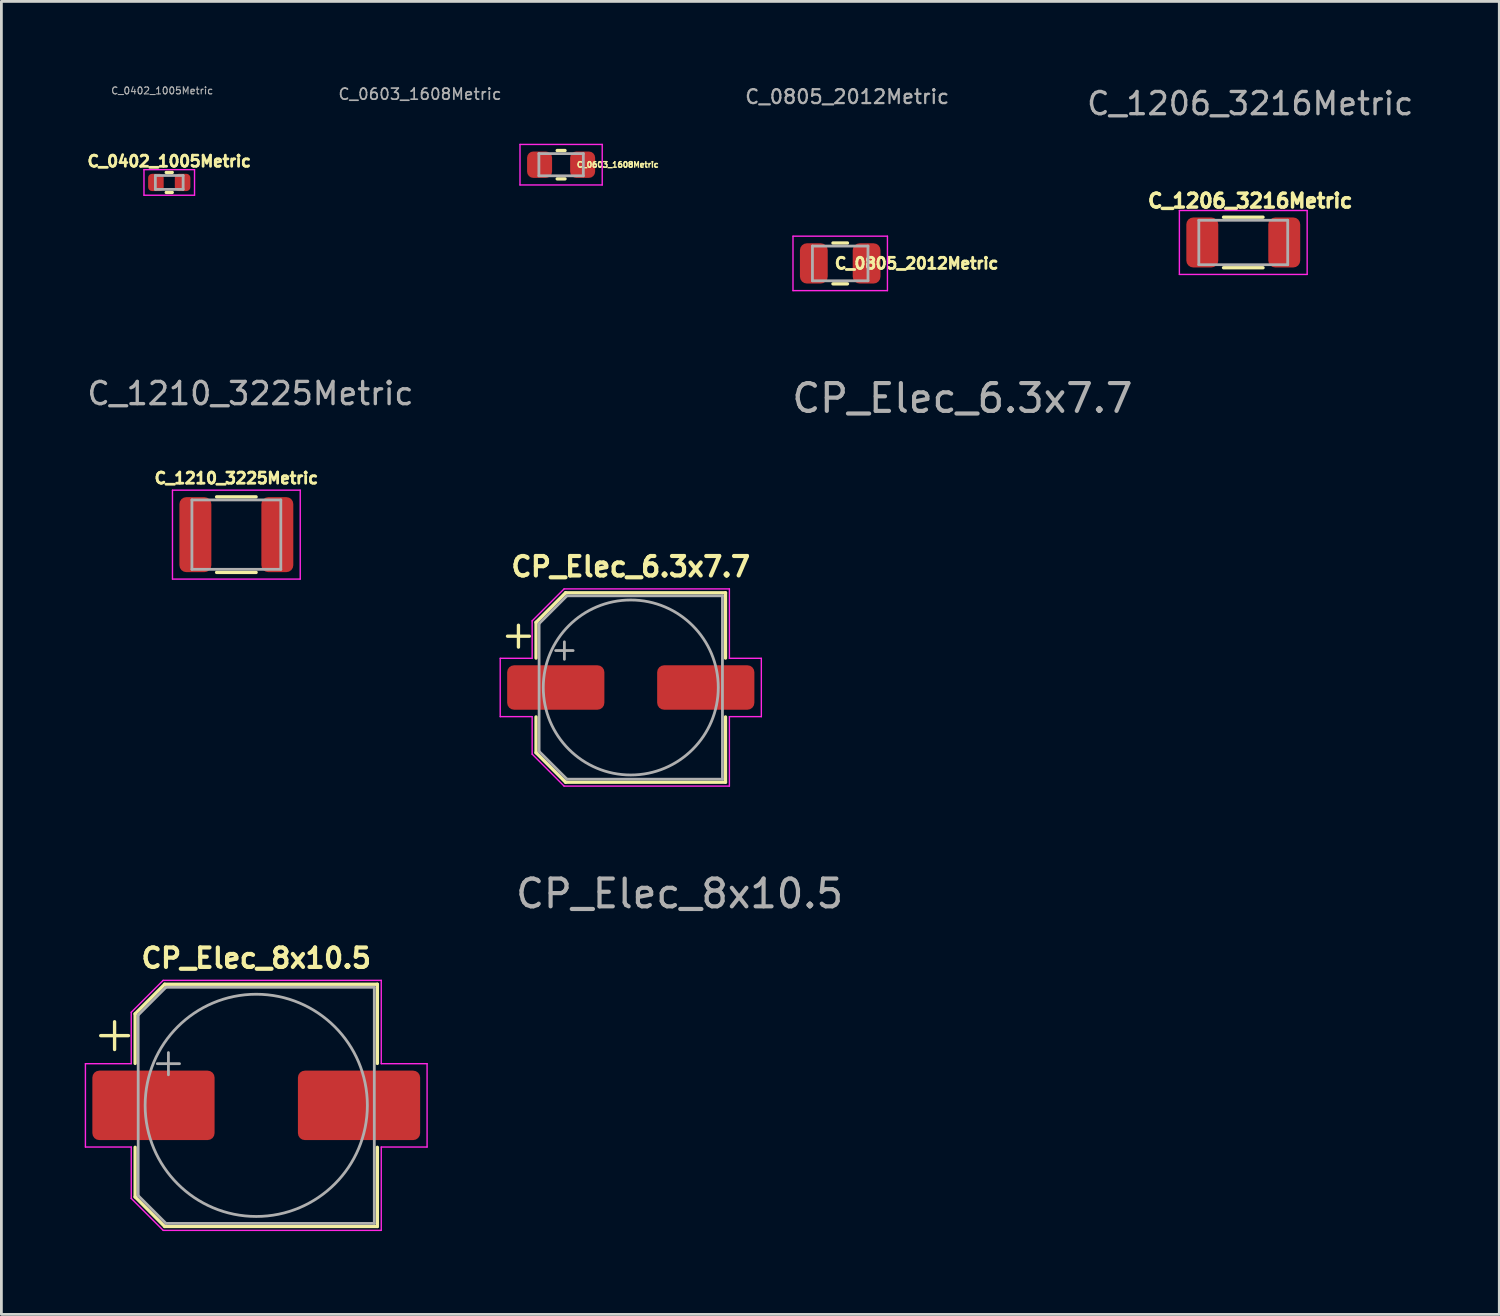
<source format=kicad_pcb>
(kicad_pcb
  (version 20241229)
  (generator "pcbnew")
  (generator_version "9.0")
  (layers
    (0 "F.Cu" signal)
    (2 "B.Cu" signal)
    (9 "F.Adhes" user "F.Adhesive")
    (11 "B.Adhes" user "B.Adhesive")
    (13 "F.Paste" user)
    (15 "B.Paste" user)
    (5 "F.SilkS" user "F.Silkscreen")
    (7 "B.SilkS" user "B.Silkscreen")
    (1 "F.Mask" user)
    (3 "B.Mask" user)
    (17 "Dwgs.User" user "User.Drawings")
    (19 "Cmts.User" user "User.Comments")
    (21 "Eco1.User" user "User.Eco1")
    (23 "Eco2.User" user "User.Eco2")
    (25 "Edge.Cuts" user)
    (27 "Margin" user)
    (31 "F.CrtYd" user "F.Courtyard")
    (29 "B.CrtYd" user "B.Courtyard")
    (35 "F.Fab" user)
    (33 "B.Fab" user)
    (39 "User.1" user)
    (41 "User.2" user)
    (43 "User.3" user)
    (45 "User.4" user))
  (footprint "C_0805_2012Metric"
    (layer "F.Cu")
    (at 27.198 6.433)
    (property "Reference" "C_0805_2012Metric" (at 2.75 0 0) (layer "F.SilkS") (effects (font (size 0.4 0.4) (thickness 0.1))))
    (attr smd)
    (fp_line (start -0.261 -0.735) (end 0.261 -0.735) (stroke (width 0.12) (type solid)) (layer "F.SilkS"))
    (fp_line (start -0.261 0.735) (end 0.261 0.735) (stroke (width 0.12) (type solid)) (layer "F.SilkS"))
    (fp_line (start -1.7 -0.98) (end 1.7 -0.98) (stroke (width 0.05) (type solid)) (layer "F.CrtYd"))
    (fp_line (start -1.7 0.98) (end -1.7 -0.98) (stroke (width 0.05) (type solid)) (layer "F.CrtYd"))
    (fp_line (start 1.7 -0.98) (end 1.7 0.98) (stroke (width 0.05) (type solid)) (layer "F.CrtYd"))
    (fp_line (start 1.7 0.98) (end -1.7 0.98) (stroke (width 0.05) (type solid)) (layer "F.CrtYd"))
    (fp_line (start -1 -0.625) (end 1 -0.625) (stroke (width 0.1) (type solid)) (layer "F.Fab"))
    (fp_line (start -1 0.625) (end -1 -0.625) (stroke (width 0.1) (type solid)) (layer "F.Fab"))
    (fp_line (start 1 -0.625) (end 1 0.625) (stroke (width 0.1) (type solid)) (layer "F.Fab"))
    (fp_line (start 1 0.625) (end -1 0.625) (stroke (width 0.1) (type solid)) (layer "F.Fab"))
    (fp_text user "${REFERENCE}" (at 0.25 -6 0) (layer "F.Fab") (effects (font (size 0.5 0.5) (thickness 0.08))))
    (pad "1" smd roundrect (at -0.95 0) (size 1 1.45) (layers "F.Cu" "F.Mask" "F.Paste") (roundrect_rratio 0.25))
    (pad "2" smd roundrect (at 0.95 0) (size 1 1.45) (layers "F.Cu" "F.Mask" "F.Paste") (roundrect_rratio 0.25)))
  (footprint "CP_Elec_6.3x7.7"
    (layer "F.Cu")
    (at 19.658 21.7)
    (property "Reference" "CP_Elec_6.3x7.7" (at 0 -4.35 0) (layer "F.SilkS") (effects (font (size 0.7 0.7) (thickness 0.15))))
    (attr smd)
    (fp_line (start -4.438 -1.847) (end -3.65 -1.847) (stroke (width 0.12) (type solid)) (layer "F.SilkS"))
    (fp_line (start -4.044 -2.241) (end -4.044 -1.454) (stroke (width 0.12) (type solid)) (layer "F.SilkS"))
    (fp_line (start -3.41 -2.346) (end -3.41 -1.06) (stroke (width 0.12) (type solid)) (layer "F.SilkS"))
    (fp_line (start -3.41 -2.346) (end -2.346 -3.41) (stroke (width 0.12) (type solid)) (layer "F.SilkS"))
    (fp_line (start -3.41 2.346) (end -3.41 1.06) (stroke (width 0.12) (type solid)) (layer "F.SilkS"))
    (fp_line (start -3.41 2.346) (end -2.346 3.41) (stroke (width 0.12) (type solid)) (layer "F.SilkS"))
    (fp_line (start -2.346 -3.41) (end 3.41 -3.41) (stroke (width 0.12) (type solid)) (layer "F.SilkS"))
    (fp_line (start -2.346 3.41) (end 3.41 3.41) (stroke (width 0.12) (type solid)) (layer "F.SilkS"))
    (fp_line (start 3.41 -3.41) (end 3.41 -1.06) (stroke (width 0.12) (type solid)) (layer "F.SilkS"))
    (fp_line (start 3.41 3.41) (end 3.41 1.06) (stroke (width 0.12) (type solid)) (layer "F.SilkS"))
    (fp_line (start -4.7 -1.05) (end -4.7 1.05) (stroke (width 0.05) (type solid)) (layer "F.CrtYd"))
    (fp_line (start -4.7 1.05) (end -3.55 1.05) (stroke (width 0.05) (type solid)) (layer "F.CrtYd"))
    (fp_line (start -3.55 -2.4) (end -3.55 -1.05) (stroke (width 0.05) (type solid)) (layer "F.CrtYd"))
    (fp_line (start -3.55 -2.4) (end -2.4 -3.55) (stroke (width 0.05) (type solid)) (layer "F.CrtYd"))
    (fp_line (start -3.55 -1.05) (end -4.7 -1.05) (stroke (width 0.05) (type solid)) (layer "F.CrtYd"))
    (fp_line (start -3.55 1.05) (end -3.55 2.4) (stroke (width 0.05) (type solid)) (layer "F.CrtYd"))
    (fp_line (start -3.55 2.4) (end -2.4 3.55) (stroke (width 0.05) (type solid)) (layer "F.CrtYd"))
    (fp_line (start -2.4 -3.55) (end 3.55 -3.55) (stroke (width 0.05) (type solid)) (layer "F.CrtYd"))
    (fp_line (start -2.4 3.55) (end 3.55 3.55) (stroke (width 0.05) (type solid)) (layer "F.CrtYd"))
    (fp_line (start 3.55 -3.55) (end 3.55 -1.05) (stroke (width 0.05) (type solid)) (layer "F.CrtYd"))
    (fp_line (start 3.55 -1.05) (end 4.7 -1.05) (stroke (width 0.05) (type solid)) (layer "F.CrtYd"))
    (fp_line (start 3.55 1.05) (end 3.55 3.55) (stroke (width 0.05) (type solid)) (layer "F.CrtYd"))
    (fp_line (start 4.7 -1.05) (end 4.7 1.05) (stroke (width 0.05) (type solid)) (layer "F.CrtYd"))
    (fp_line (start 4.7 1.05) (end 3.55 1.05) (stroke (width 0.05) (type solid)) (layer "F.CrtYd"))
    (fp_line (start -3.3 -2.3) (end -3.3 2.3) (stroke (width 0.1) (type solid)) (layer "F.Fab"))
    (fp_line (start -3.3 -2.3) (end -2.3 -3.3) (stroke (width 0.1) (type solid)) (layer "F.Fab"))
    (fp_line (start -3.3 2.3) (end -2.3 3.3) (stroke (width 0.1) (type solid)) (layer "F.Fab"))
    (fp_line (start -2.705 -1.33) (end -2.075 -1.33) (stroke (width 0.1) (type solid)) (layer "F.Fab"))
    (fp_line (start -2.39 -1.645) (end -2.39 -1.015) (stroke (width 0.1) (type solid)) (layer "F.Fab"))
    (fp_line (start -2.3 -3.3) (end 3.3 -3.3) (stroke (width 0.1) (type solid)) (layer "F.Fab"))
    (fp_line (start -2.3 3.3) (end 3.3 3.3) (stroke (width 0.1) (type solid)) (layer "F.Fab"))
    (fp_line (start 3.3 -3.3) (end 3.3 3.3) (stroke (width 0.1) (type solid)) (layer "F.Fab"))
    (fp_circle (center 0 0) (end 3.15 0) (stroke (width 0.1) (type solid)) (fill no) (layer "F.Fab"))
    (fp_text user "${REFERENCE}" (at 11.938 -10.414 0) (layer "F.Fab") (effects (font (size 1 1) (thickness 0.15))))
    (pad "1" smd roundrect (at -2.7 0) (size 3.5 1.6) (layers "F.Cu" "F.Mask" "F.Paste") (roundrect_rratio 0.156))
    (pad "2" smd roundrect (at 2.7 0) (size 3.5 1.6) (layers "F.Cu" "F.Mask" "F.Paste") (roundrect_rratio 0.156)))
  (footprint "C_0603_1608Metric"
    (layer "F.Cu")
    (at 17.15 2.879)
    (property "Reference" "C_0603_1608Metric" (at 2.04 0 0) (layer "F.SilkS") (effects (font (size 0.2 0.2) (thickness 0.05))))
    (attr smd)
    (fp_line (start -0.141 -0.51) (end 0.141 -0.51) (stroke (width 0.12) (type solid)) (layer "F.SilkS"))
    (fp_line (start -0.141 0.51) (end 0.141 0.51) (stroke (width 0.12) (type solid)) (layer "F.SilkS"))
    (fp_line (start -1.48 -0.73) (end 1.48 -0.73) (stroke (width 0.05) (type solid)) (layer "F.CrtYd"))
    (fp_line (start -1.48 0.73) (end -1.48 -0.73) (stroke (width 0.05) (type solid)) (layer "F.CrtYd"))
    (fp_line (start 1.48 -0.73) (end 1.48 0.73) (stroke (width 0.05) (type solid)) (layer "F.CrtYd"))
    (fp_line (start 1.48 0.73) (end -1.48 0.73) (stroke (width 0.05) (type solid)) (layer "F.CrtYd"))
    (fp_line (start -0.8 -0.4) (end 0.8 -0.4) (stroke (width 0.1) (type solid)) (layer "F.Fab"))
    (fp_line (start -0.8 0.4) (end -0.8 -0.4) (stroke (width 0.1) (type solid)) (layer "F.Fab"))
    (fp_line (start 0.8 -0.4) (end 0.8 0.4) (stroke (width 0.1) (type solid)) (layer "F.Fab"))
    (fp_line (start 0.8 0.4) (end -0.8 0.4) (stroke (width 0.1) (type solid)) (layer "F.Fab"))
    (fp_text user "${REFERENCE}" (at -5.08 -2.54 0) (layer "F.Fab") (effects (font (size 0.4 0.4) (thickness 0.06))))
    (pad "1" smd roundrect (at -0.775 0) (size 0.9 0.95) (layers "F.Cu" "F.Mask" "F.Paste") (roundrect_rratio 0.25))
    (pad "2" smd roundrect (at 0.775 0) (size 0.9 0.95) (layers "F.Cu" "F.Mask" "F.Paste") (roundrect_rratio 0.25)))
  (footprint "C_1210_3225Metric"
    (layer "F.Cu")
    (at 5.459 16.197)
    (property "Reference" "C_1210_3225Metric" (at 0 -2.032 0) (layer "F.SilkS") (effects (font (size 0.4 0.4) (thickness 0.1))))
    (attr smd)
    (fp_line (start -0.711 -1.36) (end 0.711 -1.36) (stroke (width 0.12) (type solid)) (layer "F.SilkS"))
    (fp_line (start -0.711 1.36) (end 0.711 1.36) (stroke (width 0.12) (type solid)) (layer "F.SilkS"))
    (fp_line (start -2.3 -1.6) (end 2.3 -1.6) (stroke (width 0.05) (type solid)) (layer "F.CrtYd"))
    (fp_line (start -2.3 1.6) (end -2.3 -1.6) (stroke (width 0.05) (type solid)) (layer "F.CrtYd"))
    (fp_line (start 2.3 -1.6) (end 2.3 1.6) (stroke (width 0.05) (type solid)) (layer "F.CrtYd"))
    (fp_line (start 2.3 1.6) (end -2.3 1.6) (stroke (width 0.05) (type solid)) (layer "F.CrtYd"))
    (fp_line (start -1.6 -1.25) (end 1.6 -1.25) (stroke (width 0.1) (type solid)) (layer "F.Fab"))
    (fp_line (start -1.6 1.25) (end -1.6 -1.25) (stroke (width 0.1) (type solid)) (layer "F.Fab"))
    (fp_line (start 1.6 -1.25) (end 1.6 1.25) (stroke (width 0.1) (type solid)) (layer "F.Fab"))
    (fp_line (start 1.6 1.25) (end -1.6 1.25) (stroke (width 0.1) (type solid)) (layer "F.Fab"))
    (fp_text user "${REFERENCE}" (at 0.508 -5.08 0) (layer "F.Fab") (effects (font (size 0.8 0.8) (thickness 0.12))))
    (pad "1" smd roundrect (at -1.475 0) (size 1.15 2.7) (layers "F.Cu" "F.Mask" "F.Paste") (roundrect_rratio 0.217))
    (pad "2" smd roundrect (at 1.475 0) (size 1.15 2.7) (layers "F.Cu" "F.Mask" "F.Paste") (roundrect_rratio 0.217)))
  (footprint "C_0402_1005Metric"
    (layer "F.Cu")
    (at 3.043 3.518)
    (property "Reference" "C_0402_1005Metric" (at 0 -0.762 0) (layer "F.SilkS") (effects (font (size 0.4 0.4) (thickness 0.1))))
    (attr smd)
    (fp_line (start -0.108 -0.36) (end 0.108 -0.36) (stroke (width 0.12) (type solid)) (layer "F.SilkS"))
    (fp_line (start -0.108 0.36) (end 0.108 0.36) (stroke (width 0.12) (type solid)) (layer "F.SilkS"))
    (fp_line (start -0.91 -0.46) (end 0.91 -0.46) (stroke (width 0.05) (type solid)) (layer "F.CrtYd"))
    (fp_line (start -0.91 0.46) (end -0.91 -0.46) (stroke (width 0.05) (type solid)) (layer "F.CrtYd"))
    (fp_line (start 0.91 -0.46) (end 0.91 0.46) (stroke (width 0.05) (type solid)) (layer "F.CrtYd"))
    (fp_line (start 0.91 0.46) (end -0.91 0.46) (stroke (width 0.05) (type solid)) (layer "F.CrtYd"))
    (fp_line (start -0.5 -0.25) (end 0.5 -0.25) (stroke (width 0.1) (type solid)) (layer "F.Fab"))
    (fp_line (start -0.5 0.25) (end -0.5 -0.25) (stroke (width 0.1) (type solid)) (layer "F.Fab"))
    (fp_line (start 0.5 -0.25) (end 0.5 0.25) (stroke (width 0.1) (type solid)) (layer "F.Fab"))
    (fp_line (start 0.5 0.25) (end -0.5 0.25) (stroke (width 0.1) (type solid)) (layer "F.Fab"))
    (fp_text user "${REFERENCE}" (at -0.254 -3.302 0) (layer "F.Fab") (effects (font (size 0.25 0.25) (thickness 0.04))))
    (pad "1" smd roundrect (at -0.48 0) (size 0.56 0.62) (layers "F.Cu" "F.Mask" "F.Paste") (roundrect_rratio 0.25))
    (pad "2" smd roundrect (at 0.48 0) (size 0.56 0.62) (layers "F.Cu" "F.Mask" "F.Paste") (roundrect_rratio 0.25)))
  (footprint "CP_Elec_8x10.5"
    (layer "F.Cu")
    (at 6.175 36.743)
    (property "Reference" "CP_Elec_8x10.5" (at 0 -5.3 0) (layer "F.SilkS") (effects (font (size 0.7 0.7) (thickness 0.15))))
    (attr smd)
    (fp_line (start -5.6 -2.51) (end -4.6 -2.51) (stroke (width 0.12) (type solid)) (layer "F.SilkS"))
    (fp_line (start -5.1 -3.01) (end -5.1 -2.01) (stroke (width 0.12) (type solid)) (layer "F.SilkS"))
    (fp_line (start -4.36 -3.296) (end -4.36 -1.51) (stroke (width 0.12) (type solid)) (layer "F.SilkS"))
    (fp_line (start -4.36 -3.296) (end -3.296 -4.36) (stroke (width 0.12) (type solid)) (layer "F.SilkS"))
    (fp_line (start -4.36 3.296) (end -4.36 1.51) (stroke (width 0.12) (type solid)) (layer "F.SilkS"))
    (fp_line (start -4.36 3.296) (end -3.296 4.36) (stroke (width 0.12) (type solid)) (layer "F.SilkS"))
    (fp_line (start -3.296 -4.36) (end 4.36 -4.36) (stroke (width 0.12) (type solid)) (layer "F.SilkS"))
    (fp_line (start -3.296 4.36) (end 4.36 4.36) (stroke (width 0.12) (type solid)) (layer "F.SilkS"))
    (fp_line (start 4.36 -4.36) (end 4.36 -1.51) (stroke (width 0.12) (type solid)) (layer "F.SilkS"))
    (fp_line (start 4.36 4.36) (end 4.36 1.51) (stroke (width 0.12) (type solid)) (layer "F.SilkS"))
    (fp_line (start -6.15 -1.5) (end -6.15 1.5) (stroke (width 0.05) (type solid)) (layer "F.CrtYd"))
    (fp_line (start -6.15 1.5) (end -4.5 1.5) (stroke (width 0.05) (type solid)) (layer "F.CrtYd"))
    (fp_line (start -4.5 -3.35) (end -4.5 -1.5) (stroke (width 0.05) (type solid)) (layer "F.CrtYd"))
    (fp_line (start -4.5 -3.35) (end -3.35 -4.5) (stroke (width 0.05) (type solid)) (layer "F.CrtYd"))
    (fp_line (start -4.5 -1.5) (end -6.15 -1.5) (stroke (width 0.05) (type solid)) (layer "F.CrtYd"))
    (fp_line (start -4.5 1.5) (end -4.5 3.35) (stroke (width 0.05) (type solid)) (layer "F.CrtYd"))
    (fp_line (start -4.5 3.35) (end -3.35 4.5) (stroke (width 0.05) (type solid)) (layer "F.CrtYd"))
    (fp_line (start -3.35 -4.5) (end 4.5 -4.5) (stroke (width 0.05) (type solid)) (layer "F.CrtYd"))
    (fp_line (start -3.35 4.5) (end 4.5 4.5) (stroke (width 0.05) (type solid)) (layer "F.CrtYd"))
    (fp_line (start 4.5 -4.5) (end 4.5 -1.5) (stroke (width 0.05) (type solid)) (layer "F.CrtYd"))
    (fp_line (start 4.5 -1.5) (end 6.15 -1.5) (stroke (width 0.05) (type solid)) (layer "F.CrtYd"))
    (fp_line (start 4.5 1.5) (end 4.5 4.5) (stroke (width 0.05) (type solid)) (layer "F.CrtYd"))
    (fp_line (start 6.15 -1.5) (end 6.15 1.5) (stroke (width 0.05) (type solid)) (layer "F.CrtYd"))
    (fp_line (start 6.15 1.5) (end 4.5 1.5) (stroke (width 0.05) (type solid)) (layer "F.CrtYd"))
    (fp_line (start -4.25 -3.25) (end -4.25 3.25) (stroke (width 0.1) (type solid)) (layer "F.Fab"))
    (fp_line (start -4.25 -3.25) (end -3.25 -4.25) (stroke (width 0.1) (type solid)) (layer "F.Fab"))
    (fp_line (start -4.25 3.25) (end -3.25 4.25) (stroke (width 0.1) (type solid)) (layer "F.Fab"))
    (fp_line (start -3.562 -1.5) (end -2.762 -1.5) (stroke (width 0.1) (type solid)) (layer "F.Fab"))
    (fp_line (start -3.25 -4.25) (end 4.25 -4.25) (stroke (width 0.1) (type solid)) (layer "F.Fab"))
    (fp_line (start -3.25 4.25) (end 4.25 4.25) (stroke (width 0.1) (type solid)) (layer "F.Fab"))
    (fp_line (start -3.162 -1.9) (end -3.162 -1.1) (stroke (width 0.1) (type solid)) (layer "F.Fab"))
    (fp_line (start 4.25 -4.25) (end 4.25 4.25) (stroke (width 0.1) (type solid)) (layer "F.Fab"))
    (fp_circle (center 0 0) (end 4 0) (stroke (width 0.1) (type solid)) (fill no) (layer "F.Fab"))
    (fp_text user "${REFERENCE}" (at 15.24 -7.62 0) (layer "F.Fab") (effects (font (size 1 1) (thickness 0.15))))
    (pad "1" smd roundrect (at -3.7 0) (size 4.4 2.5) (layers "F.Cu" "F.Mask" "F.Paste") (roundrect_rratio 0.1))
    (pad "2" smd roundrect (at 3.7 0) (size 4.4 2.5) (layers "F.Cu" "F.Mask" "F.Paste") (roundrect_rratio 0.1)))
  (footprint "C_1206_3216Metric"
    (layer "F.Cu")
    (at 41.708 5.679)
    (property "Reference" "C_1206_3216Metric" (at 0.25 -1.5 0) (layer "F.SilkS") (effects (font (size 0.5 0.5) (thickness 0.125))))
    (attr smd)
    (fp_line (start -0.711 -0.91) (end 0.711 -0.91) (stroke (width 0.12) (type solid)) (layer "F.SilkS"))
    (fp_line (start -0.711 0.91) (end 0.711 0.91) (stroke (width 0.12) (type solid)) (layer "F.SilkS"))
    (fp_line (start -2.3 -1.15) (end 2.3 -1.15) (stroke (width 0.05) (type solid)) (layer "F.CrtYd"))
    (fp_line (start -2.3 1.15) (end -2.3 -1.15) (stroke (width 0.05) (type solid)) (layer "F.CrtYd"))
    (fp_line (start 2.3 -1.15) (end 2.3 1.15) (stroke (width 0.05) (type solid)) (layer "F.CrtYd"))
    (fp_line (start 2.3 1.15) (end -2.3 1.15) (stroke (width 0.05) (type solid)) (layer "F.CrtYd"))
    (fp_line (start -1.6 -0.8) (end 1.6 -0.8) (stroke (width 0.1) (type solid)) (layer "F.Fab"))
    (fp_line (start -1.6 0.8) (end -1.6 -0.8) (stroke (width 0.1) (type solid)) (layer "F.Fab"))
    (fp_line (start 1.6 -0.8) (end 1.6 0.8) (stroke (width 0.1) (type solid)) (layer "F.Fab"))
    (fp_line (start 1.6 0.8) (end -1.6 0.8) (stroke (width 0.1) (type solid)) (layer "F.Fab"))
    (fp_text user "${REFERENCE}" (at 0.25 -5 0) (layer "F.Fab") (effects (font (size 0.8 0.8) (thickness 0.12))))
    (pad "1" smd roundrect (at -1.475 0) (size 1.15 1.8) (layers "F.Cu" "F.Mask" "F.Paste") (roundrect_rratio 0.217))
    (pad "2" smd roundrect (at 1.475 0) (size 1.15 1.8) (layers "F.Cu" "F.Mask" "F.Paste") (roundrect_rratio 0.217)))
  (gr_rect
    (start -3 -3)
    (end 50.925 44.268)
    (stroke (width 0.1) (type default))
    (fill no)
    (layer "Edge.Cuts")))
</source>
